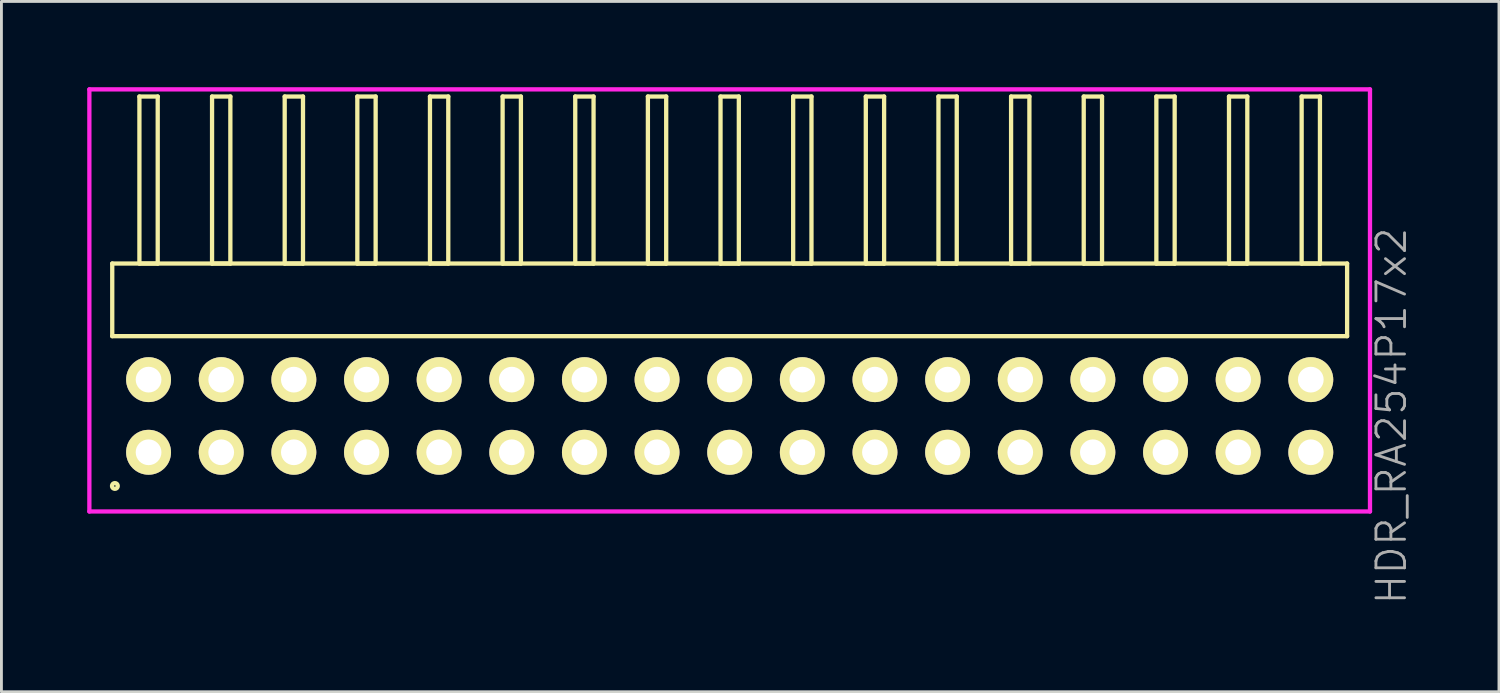
<source format=kicad_pcb>
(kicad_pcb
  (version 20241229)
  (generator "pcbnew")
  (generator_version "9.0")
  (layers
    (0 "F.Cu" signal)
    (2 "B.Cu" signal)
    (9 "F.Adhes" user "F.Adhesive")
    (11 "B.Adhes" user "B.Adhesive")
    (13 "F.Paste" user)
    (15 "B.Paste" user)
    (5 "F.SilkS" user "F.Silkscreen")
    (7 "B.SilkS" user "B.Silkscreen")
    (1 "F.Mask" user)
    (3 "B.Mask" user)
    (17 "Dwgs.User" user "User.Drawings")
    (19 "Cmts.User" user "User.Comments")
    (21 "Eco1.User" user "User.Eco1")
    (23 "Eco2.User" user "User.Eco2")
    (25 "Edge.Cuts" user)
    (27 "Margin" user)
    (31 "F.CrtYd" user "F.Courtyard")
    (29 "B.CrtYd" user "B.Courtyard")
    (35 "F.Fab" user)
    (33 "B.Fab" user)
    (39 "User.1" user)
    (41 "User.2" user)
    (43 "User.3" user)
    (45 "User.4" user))
  (footprint "HDR_RA254P17x2"
    (layer "F.Cu")
    (at 22.465 11.495)
    (property "Reference" "HDR_RA254P17x2" (at 23.14 0 90) (layer "F.Fab") (effects (font (size 1 1) (thickness 0.1))))
    (attr through_hole)
    (fp_line (start -21.59 -5.33) (end -21.59 -2.79) (stroke (width 0.15) (type solid)) (layer "F.SilkS"))
    (fp_line (start -21.59 -2.79) (end 21.59 -2.79) (stroke (width 0.15) (type solid)) (layer "F.SilkS"))
    (fp_line (start -20.64 -11.17) (end -20.64 -5.33) (stroke (width 0.15) (type solid)) (layer "F.SilkS"))
    (fp_line (start -20.64 -5.33) (end -20 -5.33) (stroke (width 0.15) (type solid)) (layer "F.SilkS"))
    (fp_line (start -20 -11.17) (end -20.64 -11.17) (stroke (width 0.15) (type solid)) (layer "F.SilkS"))
    (fp_line (start -20 -5.33) (end -20 -11.17) (stroke (width 0.15) (type solid)) (layer "F.SilkS"))
    (fp_line (start -18.1 -11.17) (end -18.1 -5.33) (stroke (width 0.15) (type solid)) (layer "F.SilkS"))
    (fp_line (start -18.1 -5.33) (end -17.46 -5.33) (stroke (width 0.15) (type solid)) (layer "F.SilkS"))
    (fp_line (start -17.46 -11.17) (end -18.1 -11.17) (stroke (width 0.15) (type solid)) (layer "F.SilkS"))
    (fp_line (start -17.46 -5.33) (end -17.46 -11.17) (stroke (width 0.15) (type solid)) (layer "F.SilkS"))
    (fp_line (start -15.56 -11.17) (end -15.56 -5.33) (stroke (width 0.15) (type solid)) (layer "F.SilkS"))
    (fp_line (start -15.56 -5.33) (end -14.92 -5.33) (stroke (width 0.15) (type solid)) (layer "F.SilkS"))
    (fp_line (start -14.92 -11.17) (end -15.56 -11.17) (stroke (width 0.15) (type solid)) (layer "F.SilkS"))
    (fp_line (start -14.92 -5.33) (end -14.92 -11.17) (stroke (width 0.15) (type solid)) (layer "F.SilkS"))
    (fp_line (start -13.02 -11.17) (end -13.02 -5.33) (stroke (width 0.15) (type solid)) (layer "F.SilkS"))
    (fp_line (start -13.02 -5.33) (end -12.38 -5.33) (stroke (width 0.15) (type solid)) (layer "F.SilkS"))
    (fp_line (start -12.38 -11.17) (end -13.02 -11.17) (stroke (width 0.15) (type solid)) (layer "F.SilkS"))
    (fp_line (start -12.38 -5.33) (end -12.38 -11.17) (stroke (width 0.15) (type solid)) (layer "F.SilkS"))
    (fp_line (start -10.48 -11.17) (end -10.48 -5.33) (stroke (width 0.15) (type solid)) (layer "F.SilkS"))
    (fp_line (start -10.48 -5.33) (end -9.84 -5.33) (stroke (width 0.15) (type solid)) (layer "F.SilkS"))
    (fp_line (start -9.84 -11.17) (end -10.48 -11.17) (stroke (width 0.15) (type solid)) (layer "F.SilkS"))
    (fp_line (start -9.84 -5.33) (end -9.84 -11.17) (stroke (width 0.15) (type solid)) (layer "F.SilkS"))
    (fp_line (start -7.94 -11.17) (end -7.94 -5.33) (stroke (width 0.15) (type solid)) (layer "F.SilkS"))
    (fp_line (start -7.94 -5.33) (end -7.3 -5.33) (stroke (width 0.15) (type solid)) (layer "F.SilkS"))
    (fp_line (start -7.3 -11.17) (end -7.94 -11.17) (stroke (width 0.15) (type solid)) (layer "F.SilkS"))
    (fp_line (start -7.3 -5.33) (end -7.3 -11.17) (stroke (width 0.15) (type solid)) (layer "F.SilkS"))
    (fp_line (start -5.4 -11.17) (end -5.4 -5.33) (stroke (width 0.15) (type solid)) (layer "F.SilkS"))
    (fp_line (start -5.4 -5.33) (end -4.76 -5.33) (stroke (width 0.15) (type solid)) (layer "F.SilkS"))
    (fp_line (start -4.76 -11.17) (end -5.4 -11.17) (stroke (width 0.15) (type solid)) (layer "F.SilkS"))
    (fp_line (start -4.76 -5.33) (end -4.76 -11.17) (stroke (width 0.15) (type solid)) (layer "F.SilkS"))
    (fp_line (start -2.86 -11.17) (end -2.86 -5.33) (stroke (width 0.15) (type solid)) (layer "F.SilkS"))
    (fp_line (start -2.86 -5.33) (end -2.22 -5.33) (stroke (width 0.15) (type solid)) (layer "F.SilkS"))
    (fp_line (start -2.22 -11.17) (end -2.86 -11.17) (stroke (width 0.15) (type solid)) (layer "F.SilkS"))
    (fp_line (start -2.22 -5.33) (end -2.22 -11.17) (stroke (width 0.15) (type solid)) (layer "F.SilkS"))
    (fp_line (start -0.32 -11.17) (end -0.32 -5.33) (stroke (width 0.15) (type solid)) (layer "F.SilkS"))
    (fp_line (start -0.32 -5.33) (end 0.32 -5.33) (stroke (width 0.15) (type solid)) (layer "F.SilkS"))
    (fp_line (start 0.32 -11.17) (end -0.32 -11.17) (stroke (width 0.15) (type solid)) (layer "F.SilkS"))
    (fp_line (start 0.32 -5.33) (end 0.32 -11.17) (stroke (width 0.15) (type solid)) (layer "F.SilkS"))
    (fp_line (start 2.22 -11.17) (end 2.22 -5.33) (stroke (width 0.15) (type solid)) (layer "F.SilkS"))
    (fp_line (start 2.22 -5.33) (end 2.86 -5.33) (stroke (width 0.15) (type solid)) (layer "F.SilkS"))
    (fp_line (start 2.86 -11.17) (end 2.22 -11.17) (stroke (width 0.15) (type solid)) (layer "F.SilkS"))
    (fp_line (start 2.86 -5.33) (end 2.86 -11.17) (stroke (width 0.15) (type solid)) (layer "F.SilkS"))
    (fp_line (start 4.76 -11.17) (end 4.76 -5.33) (stroke (width 0.15) (type solid)) (layer "F.SilkS"))
    (fp_line (start 4.76 -5.33) (end 5.4 -5.33) (stroke (width 0.15) (type solid)) (layer "F.SilkS"))
    (fp_line (start 5.4 -11.17) (end 4.76 -11.17) (stroke (width 0.15) (type solid)) (layer "F.SilkS"))
    (fp_line (start 5.4 -5.33) (end 5.4 -11.17) (stroke (width 0.15) (type solid)) (layer "F.SilkS"))
    (fp_line (start 7.3 -11.17) (end 7.3 -5.33) (stroke (width 0.15) (type solid)) (layer "F.SilkS"))
    (fp_line (start 7.3 -5.33) (end 7.94 -5.33) (stroke (width 0.15) (type solid)) (layer "F.SilkS"))
    (fp_line (start 7.94 -11.17) (end 7.3 -11.17) (stroke (width 0.15) (type solid)) (layer "F.SilkS"))
    (fp_line (start 7.94 -5.33) (end 7.94 -11.17) (stroke (width 0.15) (type solid)) (layer "F.SilkS"))
    (fp_line (start 9.84 -11.17) (end 9.84 -5.33) (stroke (width 0.15) (type solid)) (layer "F.SilkS"))
    (fp_line (start 9.84 -5.33) (end 10.48 -5.33) (stroke (width 0.15) (type solid)) (layer "F.SilkS"))
    (fp_line (start 10.48 -11.17) (end 9.84 -11.17) (stroke (width 0.15) (type solid)) (layer "F.SilkS"))
    (fp_line (start 10.48 -5.33) (end 10.48 -11.17) (stroke (width 0.15) (type solid)) (layer "F.SilkS"))
    (fp_line (start 12.38 -11.17) (end 12.38 -5.33) (stroke (width 0.15) (type solid)) (layer "F.SilkS"))
    (fp_line (start 12.38 -5.33) (end 13.02 -5.33) (stroke (width 0.15) (type solid)) (layer "F.SilkS"))
    (fp_line (start 13.02 -11.17) (end 12.38 -11.17) (stroke (width 0.15) (type solid)) (layer "F.SilkS"))
    (fp_line (start 13.02 -5.33) (end 13.02 -11.17) (stroke (width 0.15) (type solid)) (layer "F.SilkS"))
    (fp_line (start 14.92 -11.17) (end 14.92 -5.33) (stroke (width 0.15) (type solid)) (layer "F.SilkS"))
    (fp_line (start 14.92 -5.33) (end 15.56 -5.33) (stroke (width 0.15) (type solid)) (layer "F.SilkS"))
    (fp_line (start 15.56 -11.17) (end 14.92 -11.17) (stroke (width 0.15) (type solid)) (layer "F.SilkS"))
    (fp_line (start 15.56 -5.33) (end 15.56 -11.17) (stroke (width 0.15) (type solid)) (layer "F.SilkS"))
    (fp_line (start 17.46 -11.17) (end 17.46 -5.33) (stroke (width 0.15) (type solid)) (layer "F.SilkS"))
    (fp_line (start 17.46 -5.33) (end 18.1 -5.33) (stroke (width 0.15) (type solid)) (layer "F.SilkS"))
    (fp_line (start 18.1 -11.17) (end 17.46 -11.17) (stroke (width 0.15) (type solid)) (layer "F.SilkS"))
    (fp_line (start 18.1 -5.33) (end 18.1 -11.17) (stroke (width 0.15) (type solid)) (layer "F.SilkS"))
    (fp_line (start 20 -11.17) (end 20 -5.33) (stroke (width 0.15) (type solid)) (layer "F.SilkS"))
    (fp_line (start 20 -5.33) (end 20.64 -5.33) (stroke (width 0.15) (type solid)) (layer "F.SilkS"))
    (fp_line (start 20.64 -11.17) (end 20 -11.17) (stroke (width 0.15) (type solid)) (layer "F.SilkS"))
    (fp_line (start 20.64 -5.33) (end 20.64 -11.17) (stroke (width 0.15) (type solid)) (layer "F.SilkS"))
    (fp_line (start 21.59 -5.33) (end -21.59 -5.33) (stroke (width 0.15) (type solid)) (layer "F.SilkS"))
    (fp_line (start 21.59 -2.79) (end 21.59 -5.33) (stroke (width 0.15) (type solid)) (layer "F.SilkS"))
    (fp_circle (center -21.498 2.448) (end -21.397 2.448) (stroke (width 0.15) (type solid)) (fill no) (layer "F.SilkS"))
    (fp_line (start -22.39 -11.42) (end -22.39 3.34) (stroke (width 0.15) (type solid)) (layer "F.CrtYd"))
    (fp_line (start -22.39 3.34) (end 22.39 3.34) (stroke (width 0.15) (type solid)) (layer "F.CrtYd"))
    (fp_line (start 22.39 -11.42) (end -22.39 -11.42) (stroke (width 0.15) (type solid)) (layer "F.CrtYd"))
    (fp_line (start 22.39 3.34) (end 22.39 -11.42) (stroke (width 0.15) (type solid)) (layer "F.CrtYd"))
    (pad "1" thru_hole oval (at -20.32 1.27) (size 1.57 1.57) (drill 0.9) (layers "*.Cu" "*.Mask" "F.SilkS"))
    (pad "2" thru_hole oval (at -20.32 -1.27) (size 1.57 1.57) (drill 0.9) (layers "*.Cu" "*.Mask" "F.SilkS"))
    (pad "3" thru_hole oval (at -17.78 1.27) (size 1.57 1.57) (drill 0.9) (layers "*.Cu" "*.Mask" "F.SilkS"))
    (pad "4" thru_hole oval (at -17.78 -1.27) (size 1.57 1.57) (drill 0.9) (layers "*.Cu" "*.Mask" "F.SilkS"))
    (pad "5" thru_hole oval (at -15.24 1.27) (size 1.57 1.57) (drill 0.9) (layers "*.Cu" "*.Mask" "F.SilkS"))
    (pad "6" thru_hole oval (at -15.24 -1.27) (size 1.57 1.57) (drill 0.9) (layers "*.Cu" "*.Mask" "F.SilkS"))
    (pad "7" thru_hole oval (at -12.7 1.27) (size 1.57 1.57) (drill 0.9) (layers "*.Cu" "*.Mask" "F.SilkS"))
    (pad "8" thru_hole oval (at -12.7 -1.27) (size 1.57 1.57) (drill 0.9) (layers "*.Cu" "*.Mask" "F.SilkS"))
    (pad "9" thru_hole oval (at -10.16 1.27) (size 1.57 1.57) (drill 0.9) (layers "*.Cu" "*.Mask" "F.SilkS"))
    (pad "10" thru_hole oval (at -10.16 -1.27) (size 1.57 1.57) (drill 0.9) (layers "*.Cu" "*.Mask" "F.SilkS"))
    (pad "11" thru_hole oval (at -7.62 1.27) (size 1.57 1.57) (drill 0.9) (layers "*.Cu" "*.Mask" "F.SilkS"))
    (pad "12" thru_hole oval (at -7.62 -1.27) (size 1.57 1.57) (drill 0.9) (layers "*.Cu" "*.Mask" "F.SilkS"))
    (pad "13" thru_hole oval (at -5.08 1.27) (size 1.57 1.57) (drill 0.9) (layers "*.Cu" "*.Mask" "F.SilkS"))
    (pad "14" thru_hole oval (at -5.08 -1.27) (size 1.57 1.57) (drill 0.9) (layers "*.Cu" "*.Mask" "F.SilkS"))
    (pad "15" thru_hole oval (at -2.54 1.27) (size 1.57 1.57) (drill 0.9) (layers "*.Cu" "*.Mask" "F.SilkS"))
    (pad "16" thru_hole oval (at -2.54 -1.27) (size 1.57 1.57) (drill 0.9) (layers "*.Cu" "*.Mask" "F.SilkS"))
    (pad "17" thru_hole oval (at 0 1.27) (size 1.57 1.57) (drill 0.9) (layers "*.Cu" "*.Mask" "F.SilkS"))
    (pad "18" thru_hole oval (at 0 -1.27) (size 1.57 1.57) (drill 0.9) (layers "*.Cu" "*.Mask" "F.SilkS"))
    (pad "19" thru_hole oval (at 2.54 1.27) (size 1.57 1.57) (drill 0.9) (layers "*.Cu" "*.Mask" "F.SilkS"))
    (pad "20" thru_hole oval (at 2.54 -1.27) (size 1.57 1.57) (drill 0.9) (layers "*.Cu" "*.Mask" "F.SilkS"))
    (pad "21" thru_hole oval (at 5.08 1.27) (size 1.57 1.57) (drill 0.9) (layers "*.Cu" "*.Mask" "F.SilkS"))
    (pad "22" thru_hole oval (at 5.08 -1.27) (size 1.57 1.57) (drill 0.9) (layers "*.Cu" "*.Mask" "F.SilkS"))
    (pad "23" thru_hole oval (at 7.62 1.27) (size 1.57 1.57) (drill 0.9) (layers "*.Cu" "*.Mask" "F.SilkS"))
    (pad "24" thru_hole oval (at 7.62 -1.27) (size 1.57 1.57) (drill 0.9) (layers "*.Cu" "*.Mask" "F.SilkS"))
    (pad "25" thru_hole oval (at 10.16 1.27) (size 1.57 1.57) (drill 0.9) (layers "*.Cu" "*.Mask" "F.SilkS"))
    (pad "26" thru_hole oval (at 10.16 -1.27) (size 1.57 1.57) (drill 0.9) (layers "*.Cu" "*.Mask" "F.SilkS"))
    (pad "27" thru_hole oval (at 12.7 1.27) (size 1.57 1.57) (drill 0.9) (layers "*.Cu" "*.Mask" "F.SilkS"))
    (pad "28" thru_hole oval (at 12.7 -1.27) (size 1.57 1.57) (drill 0.9) (layers "*.Cu" "*.Mask" "F.SilkS"))
    (pad "29" thru_hole oval (at 15.24 1.27) (size 1.57 1.57) (drill 0.9) (layers "*.Cu" "*.Mask" "F.SilkS"))
    (pad "30" thru_hole oval (at 15.24 -1.27) (size 1.57 1.57) (drill 0.9) (layers "*.Cu" "*.Mask" "F.SilkS"))
    (pad "31" thru_hole oval (at 17.78 1.27) (size 1.57 1.57) (drill 0.9) (layers "*.Cu" "*.Mask" "F.SilkS"))
    (pad "32" thru_hole oval (at 17.78 -1.27) (size 1.57 1.57) (drill 0.9) (layers "*.Cu" "*.Mask" "F.SilkS"))
    (pad "33" thru_hole oval (at 20.32 1.27) (size 1.57 1.57) (drill 0.9) (layers "*.Cu" "*.Mask" "F.SilkS"))
    (pad "34" thru_hole oval (at 20.32 -1.27) (size 1.57 1.57) (drill 0.9) (layers "*.Cu" "*.Mask" "F.SilkS")))
  (gr_rect
    (start -3 -3)
    (end 49.365 21.14)
    (stroke (width 0.1) (type default))
    (fill no)
    (layer "Edge.Cuts")))
</source>
